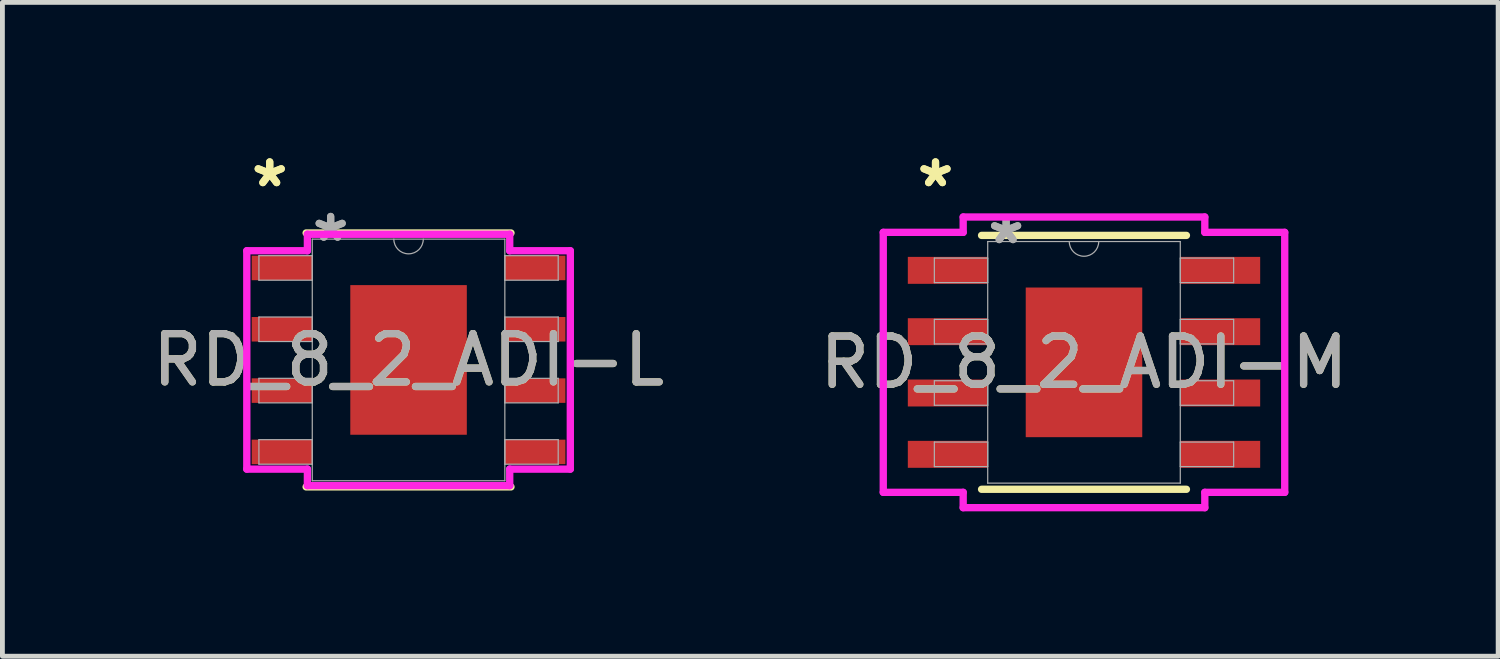
<source format=kicad_pcb>
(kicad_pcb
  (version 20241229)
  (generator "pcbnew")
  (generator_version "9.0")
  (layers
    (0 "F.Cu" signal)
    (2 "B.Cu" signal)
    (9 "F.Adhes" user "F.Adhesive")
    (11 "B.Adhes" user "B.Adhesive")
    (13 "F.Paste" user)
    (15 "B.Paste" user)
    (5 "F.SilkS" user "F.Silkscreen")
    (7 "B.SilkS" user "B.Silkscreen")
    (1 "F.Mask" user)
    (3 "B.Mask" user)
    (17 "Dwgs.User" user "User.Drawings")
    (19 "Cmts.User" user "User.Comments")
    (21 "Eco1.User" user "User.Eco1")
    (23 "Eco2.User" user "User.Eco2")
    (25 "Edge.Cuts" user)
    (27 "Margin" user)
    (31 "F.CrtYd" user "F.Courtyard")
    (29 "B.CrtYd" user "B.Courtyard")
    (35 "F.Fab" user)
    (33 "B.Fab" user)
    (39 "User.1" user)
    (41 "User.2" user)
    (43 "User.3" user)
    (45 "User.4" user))
  (footprint "RD_8_2_ADI-M"
    (layer "F.Cu")
    (at 19.399 4.454)
    (property "Reference" "RD_8_2_ADI-M" (at 0 0 0) (unlocked yes) (layer "F.SilkS") (effects (font (size 1 1) (thickness 0.15))))
    (attr smd)
    (fp_line (start -2.121 2.629) (end 2.121 2.629) (stroke (width 0.152) (type solid)) (layer "F.SilkS"))
    (fp_line (start 2.121 -2.629) (end -2.121 -2.629) (stroke (width 0.152) (type solid)) (layer "F.SilkS"))
    (fp_poly (pts (xy -1.107 -1.449) (xy -1.107 -0.1) (xy 1.107 -0.1) (xy 1.107 -1.449)) (stroke (width 0) (type solid)) (fill yes) (layer "F.Paste"))
    (fp_poly (pts (xy -1.107 0.1) (xy -1.107 1.449) (xy 1.107 1.449) (xy 1.107 0.1)) (stroke (width 0) (type solid)) (fill yes) (layer "F.Paste"))
    (fp_line (start -4.157 -2.692) (end -2.502 -2.692) (stroke (width 0.152) (type solid)) (layer "F.CrtYd"))
    (fp_line (start -4.157 2.692) (end -4.157 -2.692) (stroke (width 0.152) (type solid)) (layer "F.CrtYd"))
    (fp_line (start -4.157 2.692) (end -2.502 2.692) (stroke (width 0.152) (type solid)) (layer "F.CrtYd"))
    (fp_line (start -2.502 -3.01) (end 2.502 -3.01) (stroke (width 0.152) (type solid)) (layer "F.CrtYd"))
    (fp_line (start -2.502 -2.692) (end -2.502 -3.01) (stroke (width 0.152) (type solid)) (layer "F.CrtYd"))
    (fp_line (start -2.502 3.01) (end -2.502 2.692) (stroke (width 0.152) (type solid)) (layer "F.CrtYd"))
    (fp_line (start 2.502 -3.01) (end 2.502 -2.692) (stroke (width 0.152) (type solid)) (layer "F.CrtYd"))
    (fp_line (start 2.502 2.692) (end 2.502 3.01) (stroke (width 0.152) (type solid)) (layer "F.CrtYd"))
    (fp_line (start 2.502 3.01) (end -2.502 3.01) (stroke (width 0.152) (type solid)) (layer "F.CrtYd"))
    (fp_line (start 4.157 -2.692) (end 2.502 -2.692) (stroke (width 0.152) (type solid)) (layer "F.CrtYd"))
    (fp_line (start 4.157 -2.692) (end 4.157 2.692) (stroke (width 0.152) (type solid)) (layer "F.CrtYd"))
    (fp_line (start 4.157 2.692) (end 2.502 2.692) (stroke (width 0.152) (type solid)) (layer "F.CrtYd"))
    (fp_line (start -3.099 -2.159) (end -3.099 -1.651) (stroke (width 0.025) (type solid)) (layer "F.Fab"))
    (fp_line (start -3.099 -1.651) (end -1.994 -1.651) (stroke (width 0.025) (type solid)) (layer "F.Fab"))
    (fp_line (start -3.099 -0.889) (end -3.099 -0.381) (stroke (width 0.025) (type solid)) (layer "F.Fab"))
    (fp_line (start -3.099 -0.381) (end -1.994 -0.381) (stroke (width 0.025) (type solid)) (layer "F.Fab"))
    (fp_line (start -3.099 0.381) (end -3.099 0.889) (stroke (width 0.025) (type solid)) (layer "F.Fab"))
    (fp_line (start -3.099 0.889) (end -1.994 0.889) (stroke (width 0.025) (type solid)) (layer "F.Fab"))
    (fp_line (start -3.099 1.651) (end -3.099 2.159) (stroke (width 0.025) (type solid)) (layer "F.Fab"))
    (fp_line (start -3.099 2.159) (end -1.994 2.159) (stroke (width 0.025) (type solid)) (layer "F.Fab"))
    (fp_line (start -1.994 -2.502) (end -1.994 2.502) (stroke (width 0.025) (type solid)) (layer "F.Fab"))
    (fp_line (start -1.994 -2.159) (end -3.099 -2.159) (stroke (width 0.025) (type solid)) (layer "F.Fab"))
    (fp_line (start -1.994 -1.651) (end -1.994 -2.159) (stroke (width 0.025) (type solid)) (layer "F.Fab"))
    (fp_line (start -1.994 -0.889) (end -3.099 -0.889) (stroke (width 0.025) (type solid)) (layer "F.Fab"))
    (fp_line (start -1.994 -0.381) (end -1.994 -0.889) (stroke (width 0.025) (type solid)) (layer "F.Fab"))
    (fp_line (start -1.994 0.381) (end -3.099 0.381) (stroke (width 0.025) (type solid)) (layer "F.Fab"))
    (fp_line (start -1.994 0.889) (end -1.994 0.381) (stroke (width 0.025) (type solid)) (layer "F.Fab"))
    (fp_line (start -1.994 1.651) (end -3.099 1.651) (stroke (width 0.025) (type solid)) (layer "F.Fab"))
    (fp_line (start -1.994 2.159) (end -1.994 1.651) (stroke (width 0.025) (type solid)) (layer "F.Fab"))
    (fp_line (start -1.994 2.502) (end 1.994 2.502) (stroke (width 0.025) (type solid)) (layer "F.Fab"))
    (fp_line (start 1.994 -2.502) (end -1.994 -2.502) (stroke (width 0.025) (type solid)) (layer "F.Fab"))
    (fp_line (start 1.994 -2.159) (end 1.994 -1.651) (stroke (width 0.025) (type solid)) (layer "F.Fab"))
    (fp_line (start 1.994 -1.651) (end 3.099 -1.651) (stroke (width 0.025) (type solid)) (layer "F.Fab"))
    (fp_line (start 1.994 -0.889) (end 1.994 -0.381) (stroke (width 0.025) (type solid)) (layer "F.Fab"))
    (fp_line (start 1.994 -0.381) (end 3.099 -0.381) (stroke (width 0.025) (type solid)) (layer "F.Fab"))
    (fp_line (start 1.994 0.381) (end 1.994 0.889) (stroke (width 0.025) (type solid)) (layer "F.Fab"))
    (fp_line (start 1.994 0.889) (end 3.099 0.889) (stroke (width 0.025) (type solid)) (layer "F.Fab"))
    (fp_line (start 1.994 1.651) (end 1.994 2.159) (stroke (width 0.025) (type solid)) (layer "F.Fab"))
    (fp_line (start 1.994 2.159) (end 3.099 2.159) (stroke (width 0.025) (type solid)) (layer "F.Fab"))
    (fp_line (start 1.994 2.502) (end 1.994 -2.502) (stroke (width 0.025) (type solid)) (layer "F.Fab"))
    (fp_line (start 3.099 -2.159) (end 1.994 -2.159) (stroke (width 0.025) (type solid)) (layer "F.Fab"))
    (fp_line (start 3.099 -1.651) (end 3.099 -2.159) (stroke (width 0.025) (type solid)) (layer "F.Fab"))
    (fp_line (start 3.099 -0.889) (end 1.994 -0.889) (stroke (width 0.025) (type solid)) (layer "F.Fab"))
    (fp_line (start 3.099 -0.381) (end 3.099 -0.889) (stroke (width 0.025) (type solid)) (layer "F.Fab"))
    (fp_line (start 3.099 0.381) (end 1.994 0.381) (stroke (width 0.025) (type solid)) (layer "F.Fab"))
    (fp_line (start 3.099 0.889) (end 3.099 0.381) (stroke (width 0.025) (type solid)) (layer "F.Fab"))
    (fp_line (start 3.099 1.651) (end 1.994 1.651) (stroke (width 0.025) (type solid)) (layer "F.Fab"))
    (fp_line (start 3.099 2.159) (end 3.099 1.651) (stroke (width 0.025) (type solid)) (layer "F.Fab"))
    (fp_arc (start 0.3048 -2.5019) (mid 0 -2.1971) (end -0.3048 -2.5019) (stroke (width 0.0254) (type solid)) (layer "F.Fab"))
    (fp_text user "*" (at -3.075 -3.606 0) (layer "F.SilkS") (effects (font (size 1 1) (thickness 0.15))))
    (fp_text user "*" (at -3.075 -3.606 0) (unlocked yes) (layer "F.SilkS") (effects (font (size 1 1) (thickness 0.15))))
    (fp_text user "*" (at -1.613 -2.426 0) (unlocked yes) (layer "F.Fab") (effects (font (size 1 1) (thickness 0.15))))
    (fp_text user "${REFERENCE}" (at 0 0 0) (unlocked yes) (layer "F.Fab") (effects (font (size 1 1) (thickness 0.15))))
    (fp_text user "*" (at -1.613 -2.426 0) (layer "F.Fab") (effects (font (size 1 1) (thickness 0.15))))
    (pad "1" smd rect (at -2.821 -1.905) (size 1.655 0.558) (layers "F.Cu" "F.Mask" "F.Paste"))
    (pad "2" smd rect (at -2.821 -0.635) (size 1.655 0.558) (layers "F.Cu" "F.Mask" "F.Paste"))
    (pad "3" smd rect (at -2.821 0.635) (size 1.655 0.558) (layers "F.Cu" "F.Mask" "F.Paste"))
    (pad "4" smd rect (at -2.821 1.905) (size 1.655 0.558) (layers "F.Cu" "F.Mask" "F.Paste"))
    (pad "5" smd rect (at 2.821 1.905) (size 1.655 0.558) (layers "F.Cu" "F.Mask" "F.Paste"))
    (pad "6" smd rect (at 2.821 0.635) (size 1.655 0.558) (layers "F.Cu" "F.Mask" "F.Paste"))
    (pad "7" smd rect (at 2.821 -0.635) (size 1.655 0.558) (layers "F.Cu" "F.Mask" "F.Paste"))
    (pad "8" smd rect (at 2.821 -1.905) (size 1.655 0.558) (layers "F.Cu" "F.Mask" "F.Paste"))
    (pad "EPAD" smd rect (at 0 0) (size 2.413 3.099) (layers "F.Cu" "F.Mask")))
  (footprint "RD_8_2_ADI-L"
    (layer "F.Cu")
    (at 5.411 4.404)
    (property "Reference" "RD_8_2_ADI-L" (at 0 0 0) (unlocked yes) (layer "F.SilkS") (effects (font (size 1 1) (thickness 0.15))))
    (attr smd)
    (fp_line (start -2.121 2.629) (end 2.121 2.629) (stroke (width 0.152) (type solid)) (layer "F.SilkS"))
    (fp_line (start 2.121 -2.629) (end -2.121 -2.629) (stroke (width 0.152) (type solid)) (layer "F.SilkS"))
    (fp_poly (pts (xy -1.107 -1.449) (xy -1.107 -0.1) (xy 1.107 -0.1) (xy 1.107 -1.449)) (stroke (width 0) (type solid)) (fill yes) (layer "F.Paste"))
    (fp_poly (pts (xy -1.107 0.1) (xy -1.107 1.449) (xy 1.107 1.449) (xy 1.107 0.1)) (stroke (width 0) (type solid)) (fill yes) (layer "F.Paste"))
    (fp_line (start -3.35 -2.261) (end -2.095 -2.261) (stroke (width 0.152) (type solid)) (layer "F.CrtYd"))
    (fp_line (start -3.35 2.261) (end -3.35 -2.261) (stroke (width 0.152) (type solid)) (layer "F.CrtYd"))
    (fp_line (start -3.35 2.261) (end -2.095 2.261) (stroke (width 0.152) (type solid)) (layer "F.CrtYd"))
    (fp_line (start -2.095 -2.603) (end 2.095 -2.603) (stroke (width 0.152) (type solid)) (layer "F.CrtYd"))
    (fp_line (start -2.095 -2.261) (end -2.095 -2.603) (stroke (width 0.152) (type solid)) (layer "F.CrtYd"))
    (fp_line (start -2.095 2.603) (end -2.095 2.261) (stroke (width 0.152) (type solid)) (layer "F.CrtYd"))
    (fp_line (start 2.095 -2.603) (end 2.095 -2.261) (stroke (width 0.152) (type solid)) (layer "F.CrtYd"))
    (fp_line (start 2.095 2.261) (end 2.095 2.603) (stroke (width 0.152) (type solid)) (layer "F.CrtYd"))
    (fp_line (start 2.095 2.603) (end -2.095 2.603) (stroke (width 0.152) (type solid)) (layer "F.CrtYd"))
    (fp_line (start 3.35 -2.261) (end 2.095 -2.261) (stroke (width 0.152) (type solid)) (layer "F.CrtYd"))
    (fp_line (start 3.35 -2.261) (end 3.35 2.261) (stroke (width 0.152) (type solid)) (layer "F.CrtYd"))
    (fp_line (start 3.35 2.261) (end 2.095 2.261) (stroke (width 0.152) (type solid)) (layer "F.CrtYd"))
    (fp_line (start -3.099 -2.159) (end -3.099 -1.651) (stroke (width 0.025) (type solid)) (layer "F.Fab"))
    (fp_line (start -3.099 -1.651) (end -1.994 -1.651) (stroke (width 0.025) (type solid)) (layer "F.Fab"))
    (fp_line (start -3.099 -0.889) (end -3.099 -0.381) (stroke (width 0.025) (type solid)) (layer "F.Fab"))
    (fp_line (start -3.099 -0.381) (end -1.994 -0.381) (stroke (width 0.025) (type solid)) (layer "F.Fab"))
    (fp_line (start -3.099 0.381) (end -3.099 0.889) (stroke (width 0.025) (type solid)) (layer "F.Fab"))
    (fp_line (start -3.099 0.889) (end -1.994 0.889) (stroke (width 0.025) (type solid)) (layer "F.Fab"))
    (fp_line (start -3.099 1.651) (end -3.099 2.159) (stroke (width 0.025) (type solid)) (layer "F.Fab"))
    (fp_line (start -3.099 2.159) (end -1.994 2.159) (stroke (width 0.025) (type solid)) (layer "F.Fab"))
    (fp_line (start -1.994 -2.502) (end -1.994 2.502) (stroke (width 0.025) (type solid)) (layer "F.Fab"))
    (fp_line (start -1.994 -2.159) (end -3.099 -2.159) (stroke (width 0.025) (type solid)) (layer "F.Fab"))
    (fp_line (start -1.994 -1.651) (end -1.994 -2.159) (stroke (width 0.025) (type solid)) (layer "F.Fab"))
    (fp_line (start -1.994 -0.889) (end -3.099 -0.889) (stroke (width 0.025) (type solid)) (layer "F.Fab"))
    (fp_line (start -1.994 -0.381) (end -1.994 -0.889) (stroke (width 0.025) (type solid)) (layer "F.Fab"))
    (fp_line (start -1.994 0.381) (end -3.099 0.381) (stroke (width 0.025) (type solid)) (layer "F.Fab"))
    (fp_line (start -1.994 0.889) (end -1.994 0.381) (stroke (width 0.025) (type solid)) (layer "F.Fab"))
    (fp_line (start -1.994 1.651) (end -3.099 1.651) (stroke (width 0.025) (type solid)) (layer "F.Fab"))
    (fp_line (start -1.994 2.159) (end -1.994 1.651) (stroke (width 0.025) (type solid)) (layer "F.Fab"))
    (fp_line (start -1.994 2.502) (end 1.994 2.502) (stroke (width 0.025) (type solid)) (layer "F.Fab"))
    (fp_line (start 1.994 -2.502) (end -1.994 -2.502) (stroke (width 0.025) (type solid)) (layer "F.Fab"))
    (fp_line (start 1.994 -2.159) (end 1.994 -1.651) (stroke (width 0.025) (type solid)) (layer "F.Fab"))
    (fp_line (start 1.994 -1.651) (end 3.099 -1.651) (stroke (width 0.025) (type solid)) (layer "F.Fab"))
    (fp_line (start 1.994 -0.889) (end 1.994 -0.381) (stroke (width 0.025) (type solid)) (layer "F.Fab"))
    (fp_line (start 1.994 -0.381) (end 3.099 -0.381) (stroke (width 0.025) (type solid)) (layer "F.Fab"))
    (fp_line (start 1.994 0.381) (end 1.994 0.889) (stroke (width 0.025) (type solid)) (layer "F.Fab"))
    (fp_line (start 1.994 0.889) (end 3.099 0.889) (stroke (width 0.025) (type solid)) (layer "F.Fab"))
    (fp_line (start 1.994 1.651) (end 1.994 2.159) (stroke (width 0.025) (type solid)) (layer "F.Fab"))
    (fp_line (start 1.994 2.159) (end 3.099 2.159) (stroke (width 0.025) (type solid)) (layer "F.Fab"))
    (fp_line (start 1.994 2.502) (end 1.994 -2.502) (stroke (width 0.025) (type solid)) (layer "F.Fab"))
    (fp_line (start 3.099 -2.159) (end 1.994 -2.159) (stroke (width 0.025) (type solid)) (layer "F.Fab"))
    (fp_line (start 3.099 -1.651) (end 3.099 -2.159) (stroke (width 0.025) (type solid)) (layer "F.Fab"))
    (fp_line (start 3.099 -0.889) (end 1.994 -0.889) (stroke (width 0.025) (type solid)) (layer "F.Fab"))
    (fp_line (start 3.099 -0.381) (end 3.099 -0.889) (stroke (width 0.025) (type solid)) (layer "F.Fab"))
    (fp_line (start 3.099 0.381) (end 1.994 0.381) (stroke (width 0.025) (type solid)) (layer "F.Fab"))
    (fp_line (start 3.099 0.889) (end 3.099 0.381) (stroke (width 0.025) (type solid)) (layer "F.Fab"))
    (fp_line (start 3.099 1.651) (end 1.994 1.651) (stroke (width 0.025) (type solid)) (layer "F.Fab"))
    (fp_line (start 3.099 2.159) (end 3.099 1.651) (stroke (width 0.025) (type solid)) (layer "F.Fab"))
    (fp_arc (start 0.3048 -2.5019) (mid 0 -2.1971) (end -0.3048 -2.5019) (stroke (width 0.0254) (type solid)) (layer "F.Fab"))
    (fp_text user "*" (at -2.875 -3.556 0) (layer "F.SilkS") (effects (font (size 1 1) (thickness 0.15))))
    (fp_text user "*" (at -2.875 -3.556 0) (unlocked yes) (layer "F.SilkS") (effects (font (size 1 1) (thickness 0.15))))
    (fp_text user "${REFERENCE}" (at 0 0 0) (unlocked yes) (layer "F.Fab") (effects (font (size 1 1) (thickness 0.15))))
    (fp_text user "*" (at -1.613 -2.426 0) (unlocked yes) (layer "F.Fab") (effects (font (size 1 1) (thickness 0.15))))
    (fp_text user "*" (at -1.613 -2.426 0) (layer "F.Fab") (effects (font (size 1 1) (thickness 0.15))))
    (pad "1" smd rect (at -2.621 -1.905) (size 1.255 0.508) (layers "F.Cu" "F.Mask" "F.Paste"))
    (pad "2" smd rect (at -2.621 -0.635) (size 1.255 0.508) (layers "F.Cu" "F.Mask" "F.Paste"))
    (pad "3" smd rect (at -2.621 0.635) (size 1.255 0.508) (layers "F.Cu" "F.Mask" "F.Paste"))
    (pad "4" smd rect (at -2.621 1.905) (size 1.255 0.508) (layers "F.Cu" "F.Mask" "F.Paste"))
    (pad "5" smd rect (at 2.621 1.905) (size 1.255 0.508) (layers "F.Cu" "F.Mask" "F.Paste"))
    (pad "6" smd rect (at 2.621 0.635) (size 1.255 0.508) (layers "F.Cu" "F.Mask" "F.Paste"))
    (pad "7" smd rect (at 2.621 -0.635) (size 1.255 0.508) (layers "F.Cu" "F.Mask" "F.Paste"))
    (pad "8" smd rect (at 2.621 -1.905) (size 1.255 0.508) (layers "F.Cu" "F.Mask" "F.Paste"))
    (pad "EPAD" smd rect (at 0 0) (size 2.413 3.099) (layers "F.Cu" "F.Mask")))
  (gr_rect
    (start -3 -3)
    (end 27.976 10.54)
    (stroke (width 0.1) (type default))
    (fill no)
    (layer "Edge.Cuts")))
</source>
